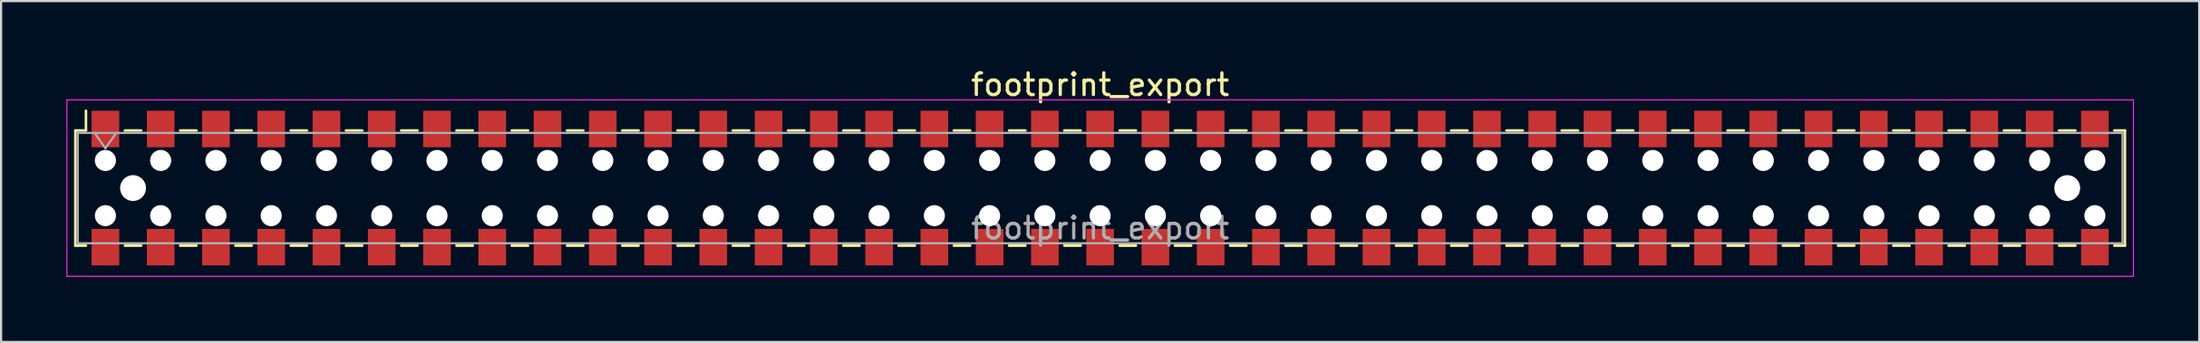
<source format=kicad_pcb>
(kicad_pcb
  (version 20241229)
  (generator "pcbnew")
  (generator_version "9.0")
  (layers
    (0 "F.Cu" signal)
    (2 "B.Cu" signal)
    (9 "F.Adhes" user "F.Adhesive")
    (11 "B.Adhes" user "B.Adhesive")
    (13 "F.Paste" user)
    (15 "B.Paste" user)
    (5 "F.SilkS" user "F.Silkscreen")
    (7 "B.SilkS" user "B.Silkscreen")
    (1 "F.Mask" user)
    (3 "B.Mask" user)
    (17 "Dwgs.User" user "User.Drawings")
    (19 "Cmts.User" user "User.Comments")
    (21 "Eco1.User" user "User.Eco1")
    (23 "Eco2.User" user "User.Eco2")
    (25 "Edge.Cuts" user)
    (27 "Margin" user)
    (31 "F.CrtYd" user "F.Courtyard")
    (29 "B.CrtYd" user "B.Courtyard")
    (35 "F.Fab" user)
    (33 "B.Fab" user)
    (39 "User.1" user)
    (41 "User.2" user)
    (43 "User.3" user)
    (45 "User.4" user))
  (footprint "footprint_export"
    (layer "F.Cu")
    (at 47.515 5.608)
    (property "Reference" "footprint_export" (at 0 -4.76 0) (layer "F.SilkS") (effects (font (size 1 1) (thickness 0.15))))
    (attr smd)
    (fp_line (start -47.1 -2.65) (end -47.1 2.65) (stroke (width 0.12) (type solid)) (layer "F.SilkS"))
    (fp_line (start -47.1 2.65) (end -46.615 2.65) (stroke (width 0.12) (type solid)) (layer "F.SilkS"))
    (fp_line (start -46.615 -3.56) (end -46.615 -2.65) (stroke (width 0.12) (type solid)) (layer "F.SilkS"))
    (fp_line (start -46.615 -2.65) (end -47.1 -2.65) (stroke (width 0.12) (type solid)) (layer "F.SilkS"))
    (fp_line (start -44.825 -2.65) (end -44.075 -2.65) (stroke (width 0.12) (type solid)) (layer "F.SilkS"))
    (fp_line (start -44.825 2.65) (end -44.075 2.65) (stroke (width 0.12) (type solid)) (layer "F.SilkS"))
    (fp_line (start -42.285 -2.65) (end -41.535 -2.65) (stroke (width 0.12) (type solid)) (layer "F.SilkS"))
    (fp_line (start -42.285 2.65) (end -41.535 2.65) (stroke (width 0.12) (type solid)) (layer "F.SilkS"))
    (fp_line (start -39.745 -2.65) (end -38.995 -2.65) (stroke (width 0.12) (type solid)) (layer "F.SilkS"))
    (fp_line (start -39.745 2.65) (end -38.995 2.65) (stroke (width 0.12) (type solid)) (layer "F.SilkS"))
    (fp_line (start -37.205 -2.65) (end -36.455 -2.65) (stroke (width 0.12) (type solid)) (layer "F.SilkS"))
    (fp_line (start -37.205 2.65) (end -36.455 2.65) (stroke (width 0.12) (type solid)) (layer "F.SilkS"))
    (fp_line (start -34.665 -2.65) (end -33.915 -2.65) (stroke (width 0.12) (type solid)) (layer "F.SilkS"))
    (fp_line (start -34.665 2.65) (end -33.915 2.65) (stroke (width 0.12) (type solid)) (layer "F.SilkS"))
    (fp_line (start -32.125 -2.65) (end -31.375 -2.65) (stroke (width 0.12) (type solid)) (layer "F.SilkS"))
    (fp_line (start -32.125 2.65) (end -31.375 2.65) (stroke (width 0.12) (type solid)) (layer "F.SilkS"))
    (fp_line (start -29.585 -2.65) (end -28.835 -2.65) (stroke (width 0.12) (type solid)) (layer "F.SilkS"))
    (fp_line (start -29.585 2.65) (end -28.835 2.65) (stroke (width 0.12) (type solid)) (layer "F.SilkS"))
    (fp_line (start -27.045 -2.65) (end -26.295 -2.65) (stroke (width 0.12) (type solid)) (layer "F.SilkS"))
    (fp_line (start -27.045 2.65) (end -26.295 2.65) (stroke (width 0.12) (type solid)) (layer "F.SilkS"))
    (fp_line (start -24.505 -2.65) (end -23.755 -2.65) (stroke (width 0.12) (type solid)) (layer "F.SilkS"))
    (fp_line (start -24.505 2.65) (end -23.755 2.65) (stroke (width 0.12) (type solid)) (layer "F.SilkS"))
    (fp_line (start -21.965 -2.65) (end -21.215 -2.65) (stroke (width 0.12) (type solid)) (layer "F.SilkS"))
    (fp_line (start -21.965 2.65) (end -21.215 2.65) (stroke (width 0.12) (type solid)) (layer "F.SilkS"))
    (fp_line (start -19.425 -2.65) (end -18.675 -2.65) (stroke (width 0.12) (type solid)) (layer "F.SilkS"))
    (fp_line (start -19.425 2.65) (end -18.675 2.65) (stroke (width 0.12) (type solid)) (layer "F.SilkS"))
    (fp_line (start -16.885 -2.65) (end -16.135 -2.65) (stroke (width 0.12) (type solid)) (layer "F.SilkS"))
    (fp_line (start -16.885 2.65) (end -16.135 2.65) (stroke (width 0.12) (type solid)) (layer "F.SilkS"))
    (fp_line (start -14.345 -2.65) (end -13.595 -2.65) (stroke (width 0.12) (type solid)) (layer "F.SilkS"))
    (fp_line (start -14.345 2.65) (end -13.595 2.65) (stroke (width 0.12) (type solid)) (layer "F.SilkS"))
    (fp_line (start -11.805 -2.65) (end -11.055 -2.65) (stroke (width 0.12) (type solid)) (layer "F.SilkS"))
    (fp_line (start -11.805 2.65) (end -11.055 2.65) (stroke (width 0.12) (type solid)) (layer "F.SilkS"))
    (fp_line (start -9.265 -2.65) (end -8.515 -2.65) (stroke (width 0.12) (type solid)) (layer "F.SilkS"))
    (fp_line (start -9.265 2.65) (end -8.515 2.65) (stroke (width 0.12) (type solid)) (layer "F.SilkS"))
    (fp_line (start -6.725 -2.65) (end -5.975 -2.65) (stroke (width 0.12) (type solid)) (layer "F.SilkS"))
    (fp_line (start -6.725 2.65) (end -5.975 2.65) (stroke (width 0.12) (type solid)) (layer "F.SilkS"))
    (fp_line (start -4.185 -2.65) (end -3.435 -2.65) (stroke (width 0.12) (type solid)) (layer "F.SilkS"))
    (fp_line (start -4.185 2.65) (end -3.435 2.65) (stroke (width 0.12) (type solid)) (layer "F.SilkS"))
    (fp_line (start -1.645 -2.65) (end -0.895 -2.65) (stroke (width 0.12) (type solid)) (layer "F.SilkS"))
    (fp_line (start -1.645 2.65) (end -0.895 2.65) (stroke (width 0.12) (type solid)) (layer "F.SilkS"))
    (fp_line (start 0.895 -2.65) (end 1.645 -2.65) (stroke (width 0.12) (type solid)) (layer "F.SilkS"))
    (fp_line (start 0.895 2.65) (end 1.645 2.65) (stroke (width 0.12) (type solid)) (layer "F.SilkS"))
    (fp_line (start 3.435 -2.65) (end 4.185 -2.65) (stroke (width 0.12) (type solid)) (layer "F.SilkS"))
    (fp_line (start 3.435 2.65) (end 4.185 2.65) (stroke (width 0.12) (type solid)) (layer "F.SilkS"))
    (fp_line (start 5.975 -2.65) (end 6.725 -2.65) (stroke (width 0.12) (type solid)) (layer "F.SilkS"))
    (fp_line (start 5.975 2.65) (end 6.725 2.65) (stroke (width 0.12) (type solid)) (layer "F.SilkS"))
    (fp_line (start 8.515 -2.65) (end 9.265 -2.65) (stroke (width 0.12) (type solid)) (layer "F.SilkS"))
    (fp_line (start 8.515 2.65) (end 9.265 2.65) (stroke (width 0.12) (type solid)) (layer "F.SilkS"))
    (fp_line (start 11.055 -2.65) (end 11.805 -2.65) (stroke (width 0.12) (type solid)) (layer "F.SilkS"))
    (fp_line (start 11.055 2.65) (end 11.805 2.65) (stroke (width 0.12) (type solid)) (layer "F.SilkS"))
    (fp_line (start 13.595 -2.65) (end 14.345 -2.65) (stroke (width 0.12) (type solid)) (layer "F.SilkS"))
    (fp_line (start 13.595 2.65) (end 14.345 2.65) (stroke (width 0.12) (type solid)) (layer "F.SilkS"))
    (fp_line (start 16.135 -2.65) (end 16.885 -2.65) (stroke (width 0.12) (type solid)) (layer "F.SilkS"))
    (fp_line (start 16.135 2.65) (end 16.885 2.65) (stroke (width 0.12) (type solid)) (layer "F.SilkS"))
    (fp_line (start 18.675 -2.65) (end 19.425 -2.65) (stroke (width 0.12) (type solid)) (layer "F.SilkS"))
    (fp_line (start 18.675 2.65) (end 19.425 2.65) (stroke (width 0.12) (type solid)) (layer "F.SilkS"))
    (fp_line (start 21.215 -2.65) (end 21.965 -2.65) (stroke (width 0.12) (type solid)) (layer "F.SilkS"))
    (fp_line (start 21.215 2.65) (end 21.965 2.65) (stroke (width 0.12) (type solid)) (layer "F.SilkS"))
    (fp_line (start 23.755 -2.65) (end 24.505 -2.65) (stroke (width 0.12) (type solid)) (layer "F.SilkS"))
    (fp_line (start 23.755 2.65) (end 24.505 2.65) (stroke (width 0.12) (type solid)) (layer "F.SilkS"))
    (fp_line (start 26.295 -2.65) (end 27.045 -2.65) (stroke (width 0.12) (type solid)) (layer "F.SilkS"))
    (fp_line (start 26.295 2.65) (end 27.045 2.65) (stroke (width 0.12) (type solid)) (layer "F.SilkS"))
    (fp_line (start 28.835 -2.65) (end 29.585 -2.65) (stroke (width 0.12) (type solid)) (layer "F.SilkS"))
    (fp_line (start 28.835 2.65) (end 29.585 2.65) (stroke (width 0.12) (type solid)) (layer "F.SilkS"))
    (fp_line (start 31.375 -2.65) (end 32.125 -2.65) (stroke (width 0.12) (type solid)) (layer "F.SilkS"))
    (fp_line (start 31.375 2.65) (end 32.125 2.65) (stroke (width 0.12) (type solid)) (layer "F.SilkS"))
    (fp_line (start 33.915 -2.65) (end 34.665 -2.65) (stroke (width 0.12) (type solid)) (layer "F.SilkS"))
    (fp_line (start 33.915 2.65) (end 34.665 2.65) (stroke (width 0.12) (type solid)) (layer "F.SilkS"))
    (fp_line (start 36.455 -2.65) (end 37.205 -2.65) (stroke (width 0.12) (type solid)) (layer "F.SilkS"))
    (fp_line (start 36.455 2.65) (end 37.205 2.65) (stroke (width 0.12) (type solid)) (layer "F.SilkS"))
    (fp_line (start 38.995 -2.65) (end 39.745 -2.65) (stroke (width 0.12) (type solid)) (layer "F.SilkS"))
    (fp_line (start 38.995 2.65) (end 39.745 2.65) (stroke (width 0.12) (type solid)) (layer "F.SilkS"))
    (fp_line (start 41.535 -2.65) (end 42.285 -2.65) (stroke (width 0.12) (type solid)) (layer "F.SilkS"))
    (fp_line (start 41.535 2.65) (end 42.285 2.65) (stroke (width 0.12) (type solid)) (layer "F.SilkS"))
    (fp_line (start 44.075 -2.65) (end 44.825 -2.65) (stroke (width 0.12) (type solid)) (layer "F.SilkS"))
    (fp_line (start 44.075 2.65) (end 44.825 2.65) (stroke (width 0.12) (type solid)) (layer "F.SilkS"))
    (fp_line (start 46.615 -2.65) (end 47.1 -2.65) (stroke (width 0.12) (type solid)) (layer "F.SilkS"))
    (fp_line (start 47.1 -2.65) (end 47.1 2.65) (stroke (width 0.12) (type solid)) (layer "F.SilkS"))
    (fp_line (start 47.1 2.65) (end 46.615 2.65) (stroke (width 0.12) (type solid)) (layer "F.SilkS"))
    (fp_line (start -47.49 -4.06) (end 47.49 -4.06) (stroke (width 0.05) (type solid)) (layer "F.CrtYd"))
    (fp_line (start -47.49 4.06) (end -47.49 -4.06) (stroke (width 0.05) (type solid)) (layer "F.CrtYd"))
    (fp_line (start 47.49 -4.06) (end 47.49 4.06) (stroke (width 0.05) (type solid)) (layer "F.CrtYd"))
    (fp_line (start 47.49 4.06) (end -47.49 4.06) (stroke (width 0.05) (type solid)) (layer "F.CrtYd"))
    (fp_line (start -46.99 -2.54) (end 46.99 -2.54) (stroke (width 0.1) (type solid)) (layer "F.Fab"))
    (fp_line (start -46.99 2.54) (end -46.99 -2.54) (stroke (width 0.1) (type solid)) (layer "F.Fab"))
    (fp_line (start -46.22 -2.54) (end -45.72 -1.833) (stroke (width 0.1) (type solid)) (layer "F.Fab"))
    (fp_line (start -45.72 -1.833) (end -45.22 -2.54) (stroke (width 0.1) (type solid)) (layer "F.Fab"))
    (fp_line (start 46.99 -2.54) (end 46.99 2.54) (stroke (width 0.1) (type solid)) (layer "F.Fab"))
    (fp_line (start 46.99 2.54) (end -46.99 2.54) (stroke (width 0.1) (type solid)) (layer "F.Fab"))
    (fp_text user "${REFERENCE}" (at 0 1.84 0) (layer "F.Fab") (effects (font (size 1 1) (thickness 0.15))))
    (pad "" np_thru_hole circle (at -45.72 -1.27) (size 0.97 0.97) (drill 0.97) (layers "*.Cu" "*.Mask"))
    (pad "" np_thru_hole circle (at -45.72 1.27) (size 0.97 0.97) (drill 0.97) (layers "*.Cu" "*.Mask"))
    (pad "" np_thru_hole circle (at -44.45 0) (size 1.19 1.19) (drill 1.19) (layers "*.Cu" "*.Mask"))
    (pad "" np_thru_hole circle (at -43.18 -1.27) (size 0.97 0.97) (drill 0.97) (layers "*.Cu" "*.Mask"))
    (pad "" np_thru_hole circle (at -43.18 1.27) (size 0.97 0.97) (drill 0.97) (layers "*.Cu" "*.Mask"))
    (pad "" np_thru_hole circle (at -40.64 -1.27) (size 0.97 0.97) (drill 0.97) (layers "*.Cu" "*.Mask"))
    (pad "" np_thru_hole circle (at -40.64 1.27) (size 0.97 0.97) (drill 0.97) (layers "*.Cu" "*.Mask"))
    (pad "" np_thru_hole circle (at -38.1 -1.27) (size 0.97 0.97) (drill 0.97) (layers "*.Cu" "*.Mask"))
    (pad "" np_thru_hole circle (at -38.1 1.27) (size 0.97 0.97) (drill 0.97) (layers "*.Cu" "*.Mask"))
    (pad "" np_thru_hole circle (at -35.56 -1.27) (size 0.97 0.97) (drill 0.97) (layers "*.Cu" "*.Mask"))
    (pad "" np_thru_hole circle (at -35.56 1.27) (size 0.97 0.97) (drill 0.97) (layers "*.Cu" "*.Mask"))
    (pad "" np_thru_hole circle (at -33.02 -1.27) (size 0.97 0.97) (drill 0.97) (layers "*.Cu" "*.Mask"))
    (pad "" np_thru_hole circle (at -33.02 1.27) (size 0.97 0.97) (drill 0.97) (layers "*.Cu" "*.Mask"))
    (pad "" np_thru_hole circle (at -30.48 -1.27) (size 0.97 0.97) (drill 0.97) (layers "*.Cu" "*.Mask"))
    (pad "" np_thru_hole circle (at -30.48 1.27) (size 0.97 0.97) (drill 0.97) (layers "*.Cu" "*.Mask"))
    (pad "" np_thru_hole circle (at -27.94 -1.27) (size 0.97 0.97) (drill 0.97) (layers "*.Cu" "*.Mask"))
    (pad "" np_thru_hole circle (at -27.94 1.27) (size 0.97 0.97) (drill 0.97) (layers "*.Cu" "*.Mask"))
    (pad "" np_thru_hole circle (at -25.4 -1.27) (size 0.97 0.97) (drill 0.97) (layers "*.Cu" "*.Mask"))
    (pad "" np_thru_hole circle (at -25.4 1.27) (size 0.97 0.97) (drill 0.97) (layers "*.Cu" "*.Mask"))
    (pad "" np_thru_hole circle (at -22.86 -1.27) (size 0.97 0.97) (drill 0.97) (layers "*.Cu" "*.Mask"))
    (pad "" np_thru_hole circle (at -22.86 1.27) (size 0.97 0.97) (drill 0.97) (layers "*.Cu" "*.Mask"))
    (pad "" np_thru_hole circle (at -20.32 -1.27) (size 0.97 0.97) (drill 0.97) (layers "*.Cu" "*.Mask"))
    (pad "" np_thru_hole circle (at -20.32 1.27) (size 0.97 0.97) (drill 0.97) (layers "*.Cu" "*.Mask"))
    (pad "" np_thru_hole circle (at -17.78 -1.27) (size 0.97 0.97) (drill 0.97) (layers "*.Cu" "*.Mask"))
    (pad "" np_thru_hole circle (at -17.78 1.27) (size 0.97 0.97) (drill 0.97) (layers "*.Cu" "*.Mask"))
    (pad "" np_thru_hole circle (at -15.24 -1.27) (size 0.97 0.97) (drill 0.97) (layers "*.Cu" "*.Mask"))
    (pad "" np_thru_hole circle (at -15.24 1.27) (size 0.97 0.97) (drill 0.97) (layers "*.Cu" "*.Mask"))
    (pad "" np_thru_hole circle (at -12.7 -1.27) (size 0.97 0.97) (drill 0.97) (layers "*.Cu" "*.Mask"))
    (pad "" np_thru_hole circle (at -12.7 1.27) (size 0.97 0.97) (drill 0.97) (layers "*.Cu" "*.Mask"))
    (pad "" np_thru_hole circle (at -10.16 -1.27) (size 0.97 0.97) (drill 0.97) (layers "*.Cu" "*.Mask"))
    (pad "" np_thru_hole circle (at -10.16 1.27) (size 0.97 0.97) (drill 0.97) (layers "*.Cu" "*.Mask"))
    (pad "" np_thru_hole circle (at -7.62 -1.27) (size 0.97 0.97) (drill 0.97) (layers "*.Cu" "*.Mask"))
    (pad "" np_thru_hole circle (at -7.62 1.27) (size 0.97 0.97) (drill 0.97) (layers "*.Cu" "*.Mask"))
    (pad "" np_thru_hole circle (at -5.08 -1.27) (size 0.97 0.97) (drill 0.97) (layers "*.Cu" "*.Mask"))
    (pad "" np_thru_hole circle (at -5.08 1.27) (size 0.97 0.97) (drill 0.97) (layers "*.Cu" "*.Mask"))
    (pad "" np_thru_hole circle (at -2.54 -1.27) (size 0.97 0.97) (drill 0.97) (layers "*.Cu" "*.Mask"))
    (pad "" np_thru_hole circle (at -2.54 1.27) (size 0.97 0.97) (drill 0.97) (layers "*.Cu" "*.Mask"))
    (pad "" np_thru_hole circle (at 0 -1.27) (size 0.97 0.97) (drill 0.97) (layers "*.Cu" "*.Mask"))
    (pad "" np_thru_hole circle (at 0 1.27) (size 0.97 0.97) (drill 0.97) (layers "*.Cu" "*.Mask"))
    (pad "" np_thru_hole circle (at 2.54 -1.27) (size 0.97 0.97) (drill 0.97) (layers "*.Cu" "*.Mask"))
    (pad "" np_thru_hole circle (at 2.54 1.27) (size 0.97 0.97) (drill 0.97) (layers "*.Cu" "*.Mask"))
    (pad "" np_thru_hole circle (at 5.08 -1.27) (size 0.97 0.97) (drill 0.97) (layers "*.Cu" "*.Mask"))
    (pad "" np_thru_hole circle (at 5.08 1.27) (size 0.97 0.97) (drill 0.97) (layers "*.Cu" "*.Mask"))
    (pad "" np_thru_hole circle (at 7.62 -1.27) (size 0.97 0.97) (drill 0.97) (layers "*.Cu" "*.Mask"))
    (pad "" np_thru_hole circle (at 7.62 1.27) (size 0.97 0.97) (drill 0.97) (layers "*.Cu" "*.Mask"))
    (pad "" np_thru_hole circle (at 10.16 -1.27) (size 0.97 0.97) (drill 0.97) (layers "*.Cu" "*.Mask"))
    (pad "" np_thru_hole circle (at 10.16 1.27) (size 0.97 0.97) (drill 0.97) (layers "*.Cu" "*.Mask"))
    (pad "" np_thru_hole circle (at 12.7 -1.27) (size 0.97 0.97) (drill 0.97) (layers "*.Cu" "*.Mask"))
    (pad "" np_thru_hole circle (at 12.7 1.27) (size 0.97 0.97) (drill 0.97) (layers "*.Cu" "*.Mask"))
    (pad "" np_thru_hole circle (at 15.24 -1.27) (size 0.97 0.97) (drill 0.97) (layers "*.Cu" "*.Mask"))
    (pad "" np_thru_hole circle (at 15.24 1.27) (size 0.97 0.97) (drill 0.97) (layers "*.Cu" "*.Mask"))
    (pad "" np_thru_hole circle (at 17.78 -1.27) (size 0.97 0.97) (drill 0.97) (layers "*.Cu" "*.Mask"))
    (pad "" np_thru_hole circle (at 17.78 1.27) (size 0.97 0.97) (drill 0.97) (layers "*.Cu" "*.Mask"))
    (pad "" np_thru_hole circle (at 20.32 -1.27) (size 0.97 0.97) (drill 0.97) (layers "*.Cu" "*.Mask"))
    (pad "" np_thru_hole circle (at 20.32 1.27) (size 0.97 0.97) (drill 0.97) (layers "*.Cu" "*.Mask"))
    (pad "" np_thru_hole circle (at 22.86 -1.27) (size 0.97 0.97) (drill 0.97) (layers "*.Cu" "*.Mask"))
    (pad "" np_thru_hole circle (at 22.86 1.27) (size 0.97 0.97) (drill 0.97) (layers "*.Cu" "*.Mask"))
    (pad "" np_thru_hole circle (at 25.4 -1.27) (size 0.97 0.97) (drill 0.97) (layers "*.Cu" "*.Mask"))
    (pad "" np_thru_hole circle (at 25.4 1.27) (size 0.97 0.97) (drill 0.97) (layers "*.Cu" "*.Mask"))
    (pad "" np_thru_hole circle (at 27.94 -1.27) (size 0.97 0.97) (drill 0.97) (layers "*.Cu" "*.Mask"))
    (pad "" np_thru_hole circle (at 27.94 1.27) (size 0.97 0.97) (drill 0.97) (layers "*.Cu" "*.Mask"))
    (pad "" np_thru_hole circle (at 30.48 -1.27) (size 0.97 0.97) (drill 0.97) (layers "*.Cu" "*.Mask"))
    (pad "" np_thru_hole circle (at 30.48 1.27) (size 0.97 0.97) (drill 0.97) (layers "*.Cu" "*.Mask"))
    (pad "" np_thru_hole circle (at 33.02 -1.27) (size 0.97 0.97) (drill 0.97) (layers "*.Cu" "*.Mask"))
    (pad "" np_thru_hole circle (at 33.02 1.27) (size 0.97 0.97) (drill 0.97) (layers "*.Cu" "*.Mask"))
    (pad "" np_thru_hole circle (at 35.56 -1.27) (size 0.97 0.97) (drill 0.97) (layers "*.Cu" "*.Mask"))
    (pad "" np_thru_hole circle (at 35.56 1.27) (size 0.97 0.97) (drill 0.97) (layers "*.Cu" "*.Mask"))
    (pad "" np_thru_hole circle (at 38.1 -1.27) (size 0.97 0.97) (drill 0.97) (layers "*.Cu" "*.Mask"))
    (pad "" np_thru_hole circle (at 38.1 1.27) (size 0.97 0.97) (drill 0.97) (layers "*.Cu" "*.Mask"))
    (pad "" np_thru_hole circle (at 40.64 -1.27) (size 0.97 0.97) (drill 0.97) (layers "*.Cu" "*.Mask"))
    (pad "" np_thru_hole circle (at 40.64 1.27) (size 0.97 0.97) (drill 0.97) (layers "*.Cu" "*.Mask"))
    (pad "" np_thru_hole circle (at 43.18 -1.27) (size 0.97 0.97) (drill 0.97) (layers "*.Cu" "*.Mask"))
    (pad "" np_thru_hole circle (at 43.18 1.27) (size 0.97 0.97) (drill 0.97) (layers "*.Cu" "*.Mask"))
    (pad "" np_thru_hole circle (at 44.45 0) (size 1.19 1.19) (drill 1.19) (layers "*.Cu" "*.Mask"))
    (pad "" np_thru_hole circle (at 45.72 -1.27) (size 0.97 0.97) (drill 0.97) (layers "*.Cu" "*.Mask"))
    (pad "" np_thru_hole circle (at 45.72 1.27) (size 0.97 0.97) (drill 0.97) (layers "*.Cu" "*.Mask"))
    (pad "1" smd rect (at -45.72 -2.72) (size 1.27 1.68) (layers "F.Cu" "F.Mask" "F.Paste"))
    (pad "2" smd rect (at -45.72 2.72) (size 1.27 1.68) (layers "F.Cu" "F.Mask" "F.Paste"))
    (pad "3" smd rect (at -43.18 -2.72) (size 1.27 1.68) (layers "F.Cu" "F.Mask" "F.Paste"))
    (pad "4" smd rect (at -43.18 2.72) (size 1.27 1.68) (layers "F.Cu" "F.Mask" "F.Paste"))
    (pad "5" smd rect (at -40.64 -2.72) (size 1.27 1.68) (layers "F.Cu" "F.Mask" "F.Paste"))
    (pad "6" smd rect (at -40.64 2.72) (size 1.27 1.68) (layers "F.Cu" "F.Mask" "F.Paste"))
    (pad "7" smd rect (at -38.1 -2.72) (size 1.27 1.68) (layers "F.Cu" "F.Mask" "F.Paste"))
    (pad "8" smd rect (at -38.1 2.72) (size 1.27 1.68) (layers "F.Cu" "F.Mask" "F.Paste"))
    (pad "9" smd rect (at -35.56 -2.72) (size 1.27 1.68) (layers "F.Cu" "F.Mask" "F.Paste"))
    (pad "10" smd rect (at -35.56 2.72) (size 1.27 1.68) (layers "F.Cu" "F.Mask" "F.Paste"))
    (pad "11" smd rect (at -33.02 -2.72) (size 1.27 1.68) (layers "F.Cu" "F.Mask" "F.Paste"))
    (pad "12" smd rect (at -33.02 2.72) (size 1.27 1.68) (layers "F.Cu" "F.Mask" "F.Paste"))
    (pad "13" smd rect (at -30.48 -2.72) (size 1.27 1.68) (layers "F.Cu" "F.Mask" "F.Paste"))
    (pad "14" smd rect (at -30.48 2.72) (size 1.27 1.68) (layers "F.Cu" "F.Mask" "F.Paste"))
    (pad "15" smd rect (at -27.94 -2.72) (size 1.27 1.68) (layers "F.Cu" "F.Mask" "F.Paste"))
    (pad "16" smd rect (at -27.94 2.72) (size 1.27 1.68) (layers "F.Cu" "F.Mask" "F.Paste"))
    (pad "17" smd rect (at -25.4 -2.72) (size 1.27 1.68) (layers "F.Cu" "F.Mask" "F.Paste"))
    (pad "18" smd rect (at -25.4 2.72) (size 1.27 1.68) (layers "F.Cu" "F.Mask" "F.Paste"))
    (pad "19" smd rect (at -22.86 -2.72) (size 1.27 1.68) (layers "F.Cu" "F.Mask" "F.Paste"))
    (pad "20" smd rect (at -22.86 2.72) (size 1.27 1.68) (layers "F.Cu" "F.Mask" "F.Paste"))
    (pad "21" smd rect (at -20.32 -2.72) (size 1.27 1.68) (layers "F.Cu" "F.Mask" "F.Paste"))
    (pad "22" smd rect (at -20.32 2.72) (size 1.27 1.68) (layers "F.Cu" "F.Mask" "F.Paste"))
    (pad "23" smd rect (at -17.78 -2.72) (size 1.27 1.68) (layers "F.Cu" "F.Mask" "F.Paste"))
    (pad "24" smd rect (at -17.78 2.72) (size 1.27 1.68) (layers "F.Cu" "F.Mask" "F.Paste"))
    (pad "25" smd rect (at -15.24 -2.72) (size 1.27 1.68) (layers "F.Cu" "F.Mask" "F.Paste"))
    (pad "26" smd rect (at -15.24 2.72) (size 1.27 1.68) (layers "F.Cu" "F.Mask" "F.Paste"))
    (pad "27" smd rect (at -12.7 -2.72) (size 1.27 1.68) (layers "F.Cu" "F.Mask" "F.Paste"))
    (pad "28" smd rect (at -12.7 2.72) (size 1.27 1.68) (layers "F.Cu" "F.Mask" "F.Paste"))
    (pad "29" smd rect (at -10.16 -2.72) (size 1.27 1.68) (layers "F.Cu" "F.Mask" "F.Paste"))
    (pad "30" smd rect (at -10.16 2.72) (size 1.27 1.68) (layers "F.Cu" "F.Mask" "F.Paste"))
    (pad "31" smd rect (at -7.62 -2.72) (size 1.27 1.68) (layers "F.Cu" "F.Mask" "F.Paste"))
    (pad "32" smd rect (at -7.62 2.72) (size 1.27 1.68) (layers "F.Cu" "F.Mask" "F.Paste"))
    (pad "33" smd rect (at -5.08 -2.72) (size 1.27 1.68) (layers "F.Cu" "F.Mask" "F.Paste"))
    (pad "34" smd rect (at -5.08 2.72) (size 1.27 1.68) (layers "F.Cu" "F.Mask" "F.Paste"))
    (pad "35" smd rect (at -2.54 -2.72) (size 1.27 1.68) (layers "F.Cu" "F.Mask" "F.Paste"))
    (pad "36" smd rect (at -2.54 2.72) (size 1.27 1.68) (layers "F.Cu" "F.Mask" "F.Paste"))
    (pad "37" smd rect (at 0 -2.72) (size 1.27 1.68) (layers "F.Cu" "F.Mask" "F.Paste"))
    (pad "38" smd rect (at 0 2.72) (size 1.27 1.68) (layers "F.Cu" "F.Mask" "F.Paste"))
    (pad "39" smd rect (at 2.54 -2.72) (size 1.27 1.68) (layers "F.Cu" "F.Mask" "F.Paste"))
    (pad "40" smd rect (at 2.54 2.72) (size 1.27 1.68) (layers "F.Cu" "F.Mask" "F.Paste"))
    (pad "41" smd rect (at 5.08 -2.72) (size 1.27 1.68) (layers "F.Cu" "F.Mask" "F.Paste"))
    (pad "42" smd rect (at 5.08 2.72) (size 1.27 1.68) (layers "F.Cu" "F.Mask" "F.Paste"))
    (pad "43" smd rect (at 7.62 -2.72) (size 1.27 1.68) (layers "F.Cu" "F.Mask" "F.Paste"))
    (pad "44" smd rect (at 7.62 2.72) (size 1.27 1.68) (layers "F.Cu" "F.Mask" "F.Paste"))
    (pad "45" smd rect (at 10.16 -2.72) (size 1.27 1.68) (layers "F.Cu" "F.Mask" "F.Paste"))
    (pad "46" smd rect (at 10.16 2.72) (size 1.27 1.68) (layers "F.Cu" "F.Mask" "F.Paste"))
    (pad "47" smd rect (at 12.7 -2.72) (size 1.27 1.68) (layers "F.Cu" "F.Mask" "F.Paste"))
    (pad "48" smd rect (at 12.7 2.72) (size 1.27 1.68) (layers "F.Cu" "F.Mask" "F.Paste"))
    (pad "49" smd rect (at 15.24 -2.72) (size 1.27 1.68) (layers "F.Cu" "F.Mask" "F.Paste"))
    (pad "50" smd rect (at 15.24 2.72) (size 1.27 1.68) (layers "F.Cu" "F.Mask" "F.Paste"))
    (pad "51" smd rect (at 17.78 -2.72) (size 1.27 1.68) (layers "F.Cu" "F.Mask" "F.Paste"))
    (pad "52" smd rect (at 17.78 2.72) (size 1.27 1.68) (layers "F.Cu" "F.Mask" "F.Paste"))
    (pad "53" smd rect (at 20.32 -2.72) (size 1.27 1.68) (layers "F.Cu" "F.Mask" "F.Paste"))
    (pad "54" smd rect (at 20.32 2.72) (size 1.27 1.68) (layers "F.Cu" "F.Mask" "F.Paste"))
    (pad "55" smd rect (at 22.86 -2.72) (size 1.27 1.68) (layers "F.Cu" "F.Mask" "F.Paste"))
    (pad "56" smd rect (at 22.86 2.72) (size 1.27 1.68) (layers "F.Cu" "F.Mask" "F.Paste"))
    (pad "57" smd rect (at 25.4 -2.72) (size 1.27 1.68) (layers "F.Cu" "F.Mask" "F.Paste"))
    (pad "58" smd rect (at 25.4 2.72) (size 1.27 1.68) (layers "F.Cu" "F.Mask" "F.Paste"))
    (pad "59" smd rect (at 27.94 -2.72) (size 1.27 1.68) (layers "F.Cu" "F.Mask" "F.Paste"))
    (pad "60" smd rect (at 27.94 2.72) (size 1.27 1.68) (layers "F.Cu" "F.Mask" "F.Paste"))
    (pad "61" smd rect (at 30.48 -2.72) (size 1.27 1.68) (layers "F.Cu" "F.Mask" "F.Paste"))
    (pad "62" smd rect (at 30.48 2.72) (size 1.27 1.68) (layers "F.Cu" "F.Mask" "F.Paste"))
    (pad "63" smd rect (at 33.02 -2.72) (size 1.27 1.68) (layers "F.Cu" "F.Mask" "F.Paste"))
    (pad "64" smd rect (at 33.02 2.72) (size 1.27 1.68) (layers "F.Cu" "F.Mask" "F.Paste"))
    (pad "65" smd rect (at 35.56 -2.72) (size 1.27 1.68) (layers "F.Cu" "F.Mask" "F.Paste"))
    (pad "66" smd rect (at 35.56 2.72) (size 1.27 1.68) (layers "F.Cu" "F.Mask" "F.Paste"))
    (pad "67" smd rect (at 38.1 -2.72) (size 1.27 1.68) (layers "F.Cu" "F.Mask" "F.Paste"))
    (pad "68" smd rect (at 38.1 2.72) (size 1.27 1.68) (layers "F.Cu" "F.Mask" "F.Paste"))
    (pad "69" smd rect (at 40.64 -2.72) (size 1.27 1.68) (layers "F.Cu" "F.Mask" "F.Paste"))
    (pad "70" smd rect (at 40.64 2.72) (size 1.27 1.68) (layers "F.Cu" "F.Mask" "F.Paste"))
    (pad "71" smd rect (at 43.18 -2.72) (size 1.27 1.68) (layers "F.Cu" "F.Mask" "F.Paste"))
    (pad "72" smd rect (at 43.18 2.72) (size 1.27 1.68) (layers "F.Cu" "F.Mask" "F.Paste"))
    (pad "73" smd rect (at 45.72 -2.72) (size 1.27 1.68) (layers "F.Cu" "F.Mask" "F.Paste"))
    (pad "74" smd rect (at 45.72 2.72) (size 1.27 1.68) (layers "F.Cu" "F.Mask" "F.Paste")))
  (gr_rect
    (start -3 -3)
    (end 98.03 12.693)
    (stroke (width 0.1) (type default))
    (fill no)
    (layer "Edge.Cuts")))
</source>
